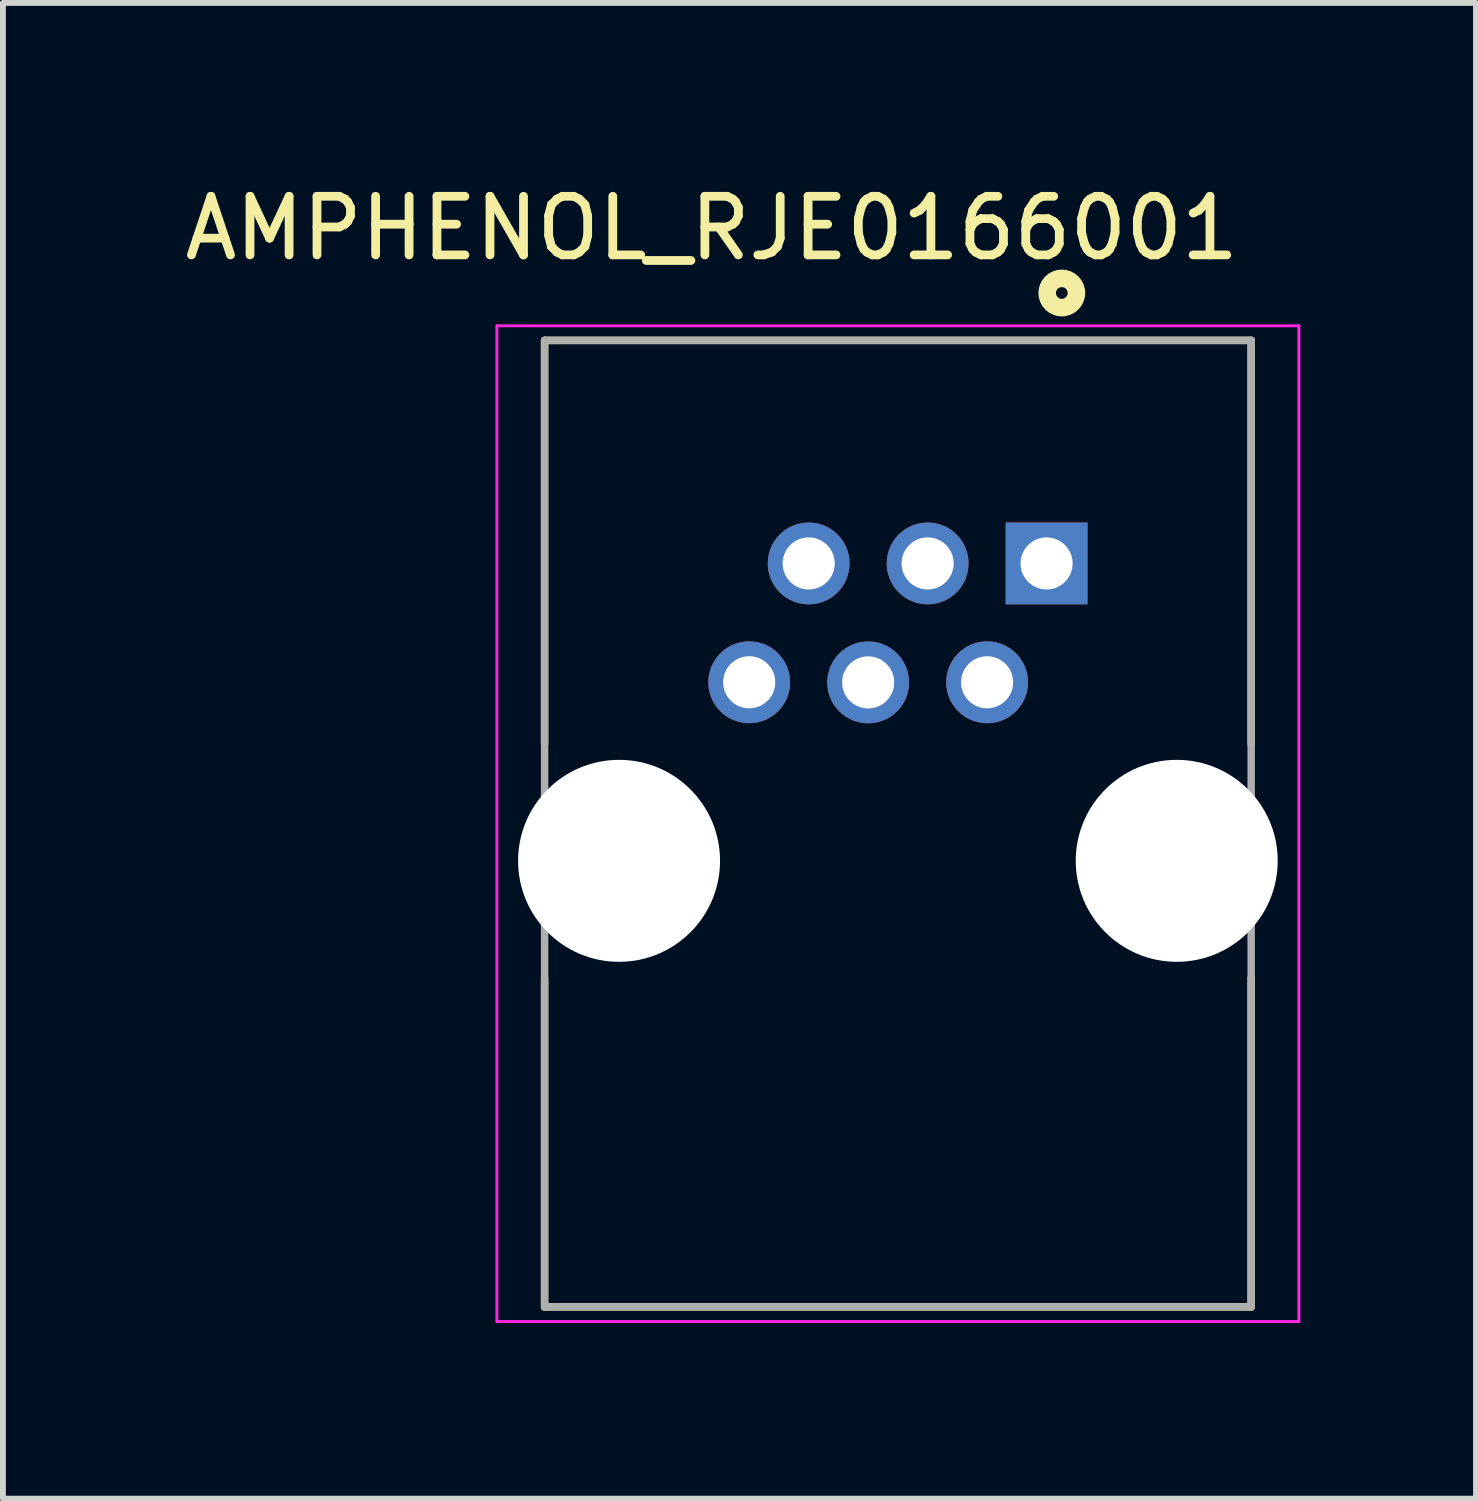
<source format=kicad_pcb>
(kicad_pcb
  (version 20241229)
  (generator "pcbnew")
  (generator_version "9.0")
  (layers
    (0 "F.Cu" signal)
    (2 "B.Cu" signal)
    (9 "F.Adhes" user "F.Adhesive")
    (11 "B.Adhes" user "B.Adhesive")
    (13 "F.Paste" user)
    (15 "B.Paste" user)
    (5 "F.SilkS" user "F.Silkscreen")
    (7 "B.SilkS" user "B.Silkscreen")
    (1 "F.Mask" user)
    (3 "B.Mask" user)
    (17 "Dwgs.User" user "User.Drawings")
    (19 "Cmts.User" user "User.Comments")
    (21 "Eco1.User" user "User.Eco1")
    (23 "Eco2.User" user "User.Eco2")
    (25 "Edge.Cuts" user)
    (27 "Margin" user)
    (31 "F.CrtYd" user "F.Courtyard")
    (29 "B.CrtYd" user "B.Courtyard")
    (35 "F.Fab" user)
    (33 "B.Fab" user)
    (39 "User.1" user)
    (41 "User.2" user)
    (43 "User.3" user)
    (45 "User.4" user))
  (footprint "AMPHENOL_RJE0166001"
    (layer "F.Cu")
    (at 12.288 11.655)
    (property "Reference" "AMPHENOL_RJE0166001" (at -3.178 -10.806 0) (layer "F.SilkS") (effects (font (size 1.001 1.001) (thickness 0.15))))
    (attr through_hole)
    (fp_line (start -6.035 -8.89) (end 6.035 -8.89) (stroke (width 0.127) (type solid)) (layer "F.SilkS"))
    (fp_line (start -6.035 -2) (end -6.035 -8.89) (stroke (width 0.127) (type solid)) (layer "F.SilkS"))
    (fp_line (start -6.035 7.62) (end -6.035 2) (stroke (width 0.127) (type solid)) (layer "F.SilkS"))
    (fp_line (start 6.035 -8.89) (end 6.035 -2) (stroke (width 0.127) (type solid)) (layer "F.SilkS"))
    (fp_line (start 6.035 2) (end 6.035 7.62) (stroke (width 0.127) (type solid)) (layer "F.SilkS"))
    (fp_line (start 6.035 7.62) (end -6.035 7.62) (stroke (width 0.127) (type solid)) (layer "F.SilkS"))
    (fp_circle (center 2.8 -9.7) (end 2.9 -9.7) (stroke (width 0.3) (type solid)) (fill no) (layer "F.SilkS"))
    (fp_line (start -6.85 -9.14) (end 6.85 -9.14) (stroke (width 0.05) (type solid)) (layer "F.CrtYd"))
    (fp_line (start -6.85 7.87) (end -6.85 -9.14) (stroke (width 0.05) (type solid)) (layer "F.CrtYd"))
    (fp_line (start 6.85 -9.14) (end 6.85 7.87) (stroke (width 0.05) (type solid)) (layer "F.CrtYd"))
    (fp_line (start 6.85 7.87) (end -6.85 7.87) (stroke (width 0.05) (type solid)) (layer "F.CrtYd"))
    (fp_line (start -6.035 -8.89) (end 6.035 -8.89) (stroke (width 0.127) (type solid)) (layer "F.Fab"))
    (fp_line (start -6.035 7.62) (end -6.035 -8.89) (stroke (width 0.127) (type solid)) (layer "F.Fab"))
    (fp_line (start 6.035 -8.89) (end 6.035 7.62) (stroke (width 0.127) (type solid)) (layer "F.Fab"))
    (fp_line (start 6.035 7.62) (end -6.035 7.62) (stroke (width 0.127) (type solid)) (layer "F.Fab"))
    (pad "" np_thru_hole circle (at -4.763 0) (size 3.45 3.45) (drill 3.45) (layers "*.Cu" "*.Mask"))
    (pad "" np_thru_hole circle (at 4.763 0) (size 3.45 3.45) (drill 3.45) (layers "*.Cu" "*.Mask"))
    (pad "1" thru_hole rect (at 2.54 -5.08) (size 1.398 1.398) (drill 0.89) (layers "*.Cu" "*.Mask"))
    (pad "2" thru_hole circle (at 1.524 -3.05) (size 1.398 1.398) (drill 0.89) (layers "*.Cu" "*.Mask"))
    (pad "3" thru_hole circle (at 0.508 -5.08) (size 1.398 1.398) (drill 0.89) (layers "*.Cu" "*.Mask"))
    (pad "4" thru_hole circle (at -0.508 -3.048) (size 1.398 1.398) (drill 0.89) (layers "*.Cu" "*.Mask"))
    (pad "5" thru_hole circle (at -1.524 -5.08) (size 1.398 1.398) (drill 0.89) (layers "*.Cu" "*.Mask"))
    (pad "6" thru_hole circle (at -2.54 -3.05) (size 1.398 1.398) (drill 0.89) (layers "*.Cu" "*.Mask")))
  (gr_rect
    (start -3 -3)
    (end 22.163 22.55)
    (stroke (width 0.1) (type default))
    (fill no)
    (layer "Edge.Cuts")))
</source>
